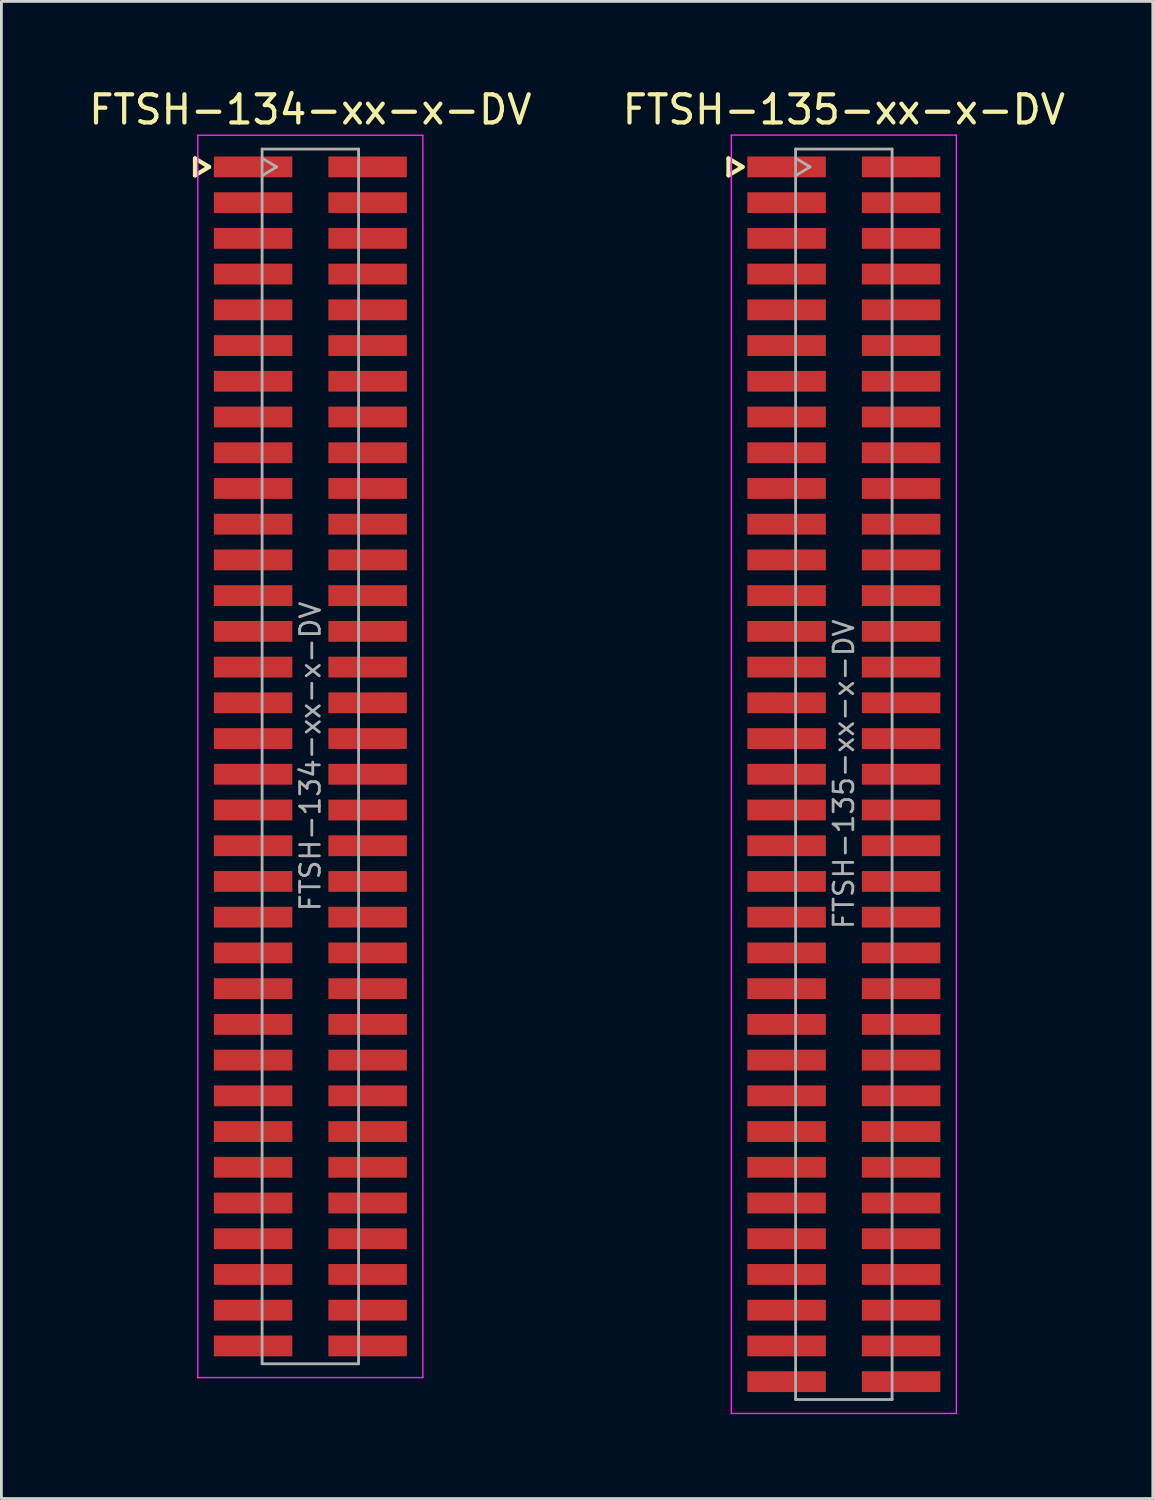
<source format=kicad_pcb>
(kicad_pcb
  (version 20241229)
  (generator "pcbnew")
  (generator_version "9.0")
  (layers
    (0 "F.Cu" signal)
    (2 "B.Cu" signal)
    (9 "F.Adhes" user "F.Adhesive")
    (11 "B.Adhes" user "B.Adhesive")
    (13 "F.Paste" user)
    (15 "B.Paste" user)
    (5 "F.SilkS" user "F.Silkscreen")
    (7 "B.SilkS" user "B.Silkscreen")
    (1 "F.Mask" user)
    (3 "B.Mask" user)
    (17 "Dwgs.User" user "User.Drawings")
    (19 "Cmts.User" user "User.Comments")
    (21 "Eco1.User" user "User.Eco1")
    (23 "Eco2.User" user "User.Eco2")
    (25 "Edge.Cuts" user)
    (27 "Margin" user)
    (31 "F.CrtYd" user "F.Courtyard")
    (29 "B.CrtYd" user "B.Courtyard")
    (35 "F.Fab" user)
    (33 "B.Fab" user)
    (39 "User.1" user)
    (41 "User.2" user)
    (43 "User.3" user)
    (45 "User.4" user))
  (footprint "FTSH-134-xx-x-DV"
    (layer "F.Cu")
    (at 7.982 23.838)
    (property "Reference" "FTSH-134-xx-x-DV" (at 0 -22.99 0) (layer "F.SilkS") (effects (font (size 1 1) (thickness 0.15))))
    (attr smd)
    (fp_line (start -4.1 -21.255) (end -4.1 -20.655) (stroke (width 0.15) (type solid)) (layer "F.SilkS"))
    (fp_line (start -4.1 -20.655) (end -3.6 -20.955) (stroke (width 0.15) (type solid)) (layer "F.SilkS"))
    (fp_line (start -3.6 -20.955) (end -4.1 -21.255) (stroke (width 0.15) (type solid)) (layer "F.SilkS"))
    (fp_line (start -4 -22.08) (end 4 -22.08) (stroke (width 0.05) (type solid)) (layer "F.CrtYd"))
    (fp_line (start -4 22.08) (end -4 -22.08) (stroke (width 0.05) (type solid)) (layer "F.CrtYd"))
    (fp_line (start 4 -22.08) (end 4 22.08) (stroke (width 0.05) (type solid)) (layer "F.CrtYd"))
    (fp_line (start 4 22.08) (end -4 22.08) (stroke (width 0.05) (type solid)) (layer "F.CrtYd"))
    (fp_line (start -1.715 -21.59) (end -1.715 21.59) (stroke (width 0.1) (type solid)) (layer "F.Fab"))
    (fp_line (start -1.715 -21.59) (end 1.715 -21.59) (stroke (width 0.1) (type solid)) (layer "F.Fab"))
    (fp_line (start -1.715 21.59) (end 1.715 21.59) (stroke (width 0.1) (type solid)) (layer "F.Fab"))
    (fp_line (start -1.7 -20.655) (end -1.2 -20.955) (stroke (width 0.1) (type solid)) (layer "F.Fab"))
    (fp_line (start -1.2 -20.955) (end -1.7 -21.255) (stroke (width 0.1) (type solid)) (layer "F.Fab"))
    (fp_line (start 1.715 -21.59) (end 1.715 21.59) (stroke (width 0.1) (type solid)) (layer "F.Fab"))
    (fp_text user "${REFERENCE}" (at 0 0 270) (layer "F.Fab") (effects (font (size 0.7 0.7) (thickness 0.1))))
    (pad "1" smd rect (at -2.035 -20.955) (size 2.79 0.74) (layers "F.Cu" "F.Mask" "F.Paste"))
    (pad "2" smd rect (at 2.035 -20.955) (size 2.79 0.74) (layers "F.Cu" "F.Mask" "F.Paste"))
    (pad "3" smd rect (at -2.035 -19.685) (size 2.79 0.74) (layers "F.Cu" "F.Mask" "F.Paste"))
    (pad "4" smd rect (at 2.035 -19.685) (size 2.79 0.74) (layers "F.Cu" "F.Mask" "F.Paste"))
    (pad "5" smd rect (at -2.035 -18.415) (size 2.79 0.74) (layers "F.Cu" "F.Mask" "F.Paste"))
    (pad "6" smd rect (at 2.035 -18.415) (size 2.79 0.74) (layers "F.Cu" "F.Mask" "F.Paste"))
    (pad "7" smd rect (at -2.035 -17.145) (size 2.79 0.74) (layers "F.Cu" "F.Mask" "F.Paste"))
    (pad "8" smd rect (at 2.035 -17.145) (size 2.79 0.74) (layers "F.Cu" "F.Mask" "F.Paste"))
    (pad "9" smd rect (at -2.035 -15.875) (size 2.79 0.74) (layers "F.Cu" "F.Mask" "F.Paste"))
    (pad "10" smd rect (at 2.035 -15.875) (size 2.79 0.74) (layers "F.Cu" "F.Mask" "F.Paste"))
    (pad "11" smd rect (at -2.035 -14.605) (size 2.79 0.74) (layers "F.Cu" "F.Mask" "F.Paste"))
    (pad "12" smd rect (at 2.035 -14.605) (size 2.79 0.74) (layers "F.Cu" "F.Mask" "F.Paste"))
    (pad "13" smd rect (at -2.035 -13.335) (size 2.79 0.74) (layers "F.Cu" "F.Mask" "F.Paste"))
    (pad "14" smd rect (at 2.035 -13.335) (size 2.79 0.74) (layers "F.Cu" "F.Mask" "F.Paste"))
    (pad "15" smd rect (at -2.035 -12.065) (size 2.79 0.74) (layers "F.Cu" "F.Mask" "F.Paste"))
    (pad "16" smd rect (at 2.035 -12.065) (size 2.79 0.74) (layers "F.Cu" "F.Mask" "F.Paste"))
    (pad "17" smd rect (at -2.035 -10.795) (size 2.79 0.74) (layers "F.Cu" "F.Mask" "F.Paste"))
    (pad "18" smd rect (at 2.035 -10.795) (size 2.79 0.74) (layers "F.Cu" "F.Mask" "F.Paste"))
    (pad "19" smd rect (at -2.035 -9.525) (size 2.79 0.74) (layers "F.Cu" "F.Mask" "F.Paste"))
    (pad "20" smd rect (at 2.035 -9.525) (size 2.79 0.74) (layers "F.Cu" "F.Mask" "F.Paste"))
    (pad "21" smd rect (at -2.035 -8.255) (size 2.79 0.74) (layers "F.Cu" "F.Mask" "F.Paste"))
    (pad "22" smd rect (at 2.035 -8.255) (size 2.79 0.74) (layers "F.Cu" "F.Mask" "F.Paste"))
    (pad "23" smd rect (at -2.035 -6.985) (size 2.79 0.74) (layers "F.Cu" "F.Mask" "F.Paste"))
    (pad "24" smd rect (at 2.035 -6.985) (size 2.79 0.74) (layers "F.Cu" "F.Mask" "F.Paste"))
    (pad "25" smd rect (at -2.035 -5.715) (size 2.79 0.74) (layers "F.Cu" "F.Mask" "F.Paste"))
    (pad "26" smd rect (at 2.035 -5.715) (size 2.79 0.74) (layers "F.Cu" "F.Mask" "F.Paste"))
    (pad "27" smd rect (at -2.035 -4.445) (size 2.79 0.74) (layers "F.Cu" "F.Mask" "F.Paste"))
    (pad "28" smd rect (at 2.035 -4.445) (size 2.79 0.74) (layers "F.Cu" "F.Mask" "F.Paste"))
    (pad "29" smd rect (at -2.035 -3.175) (size 2.79 0.74) (layers "F.Cu" "F.Mask" "F.Paste"))
    (pad "30" smd rect (at 2.035 -3.175) (size 2.79 0.74) (layers "F.Cu" "F.Mask" "F.Paste"))
    (pad "31" smd rect (at -2.035 -1.905) (size 2.79 0.74) (layers "F.Cu" "F.Mask" "F.Paste"))
    (pad "32" smd rect (at 2.035 -1.905) (size 2.79 0.74) (layers "F.Cu" "F.Mask" "F.Paste"))
    (pad "33" smd rect (at -2.035 -0.635) (size 2.79 0.74) (layers "F.Cu" "F.Mask" "F.Paste"))
    (pad "34" smd rect (at 2.035 -0.635) (size 2.79 0.74) (layers "F.Cu" "F.Mask" "F.Paste"))
    (pad "35" smd rect (at -2.035 0.635) (size 2.79 0.74) (layers "F.Cu" "F.Mask" "F.Paste"))
    (pad "36" smd rect (at 2.035 0.635) (size 2.79 0.74) (layers "F.Cu" "F.Mask" "F.Paste"))
    (pad "37" smd rect (at -2.035 1.905) (size 2.79 0.74) (layers "F.Cu" "F.Mask" "F.Paste"))
    (pad "38" smd rect (at 2.035 1.905) (size 2.79 0.74) (layers "F.Cu" "F.Mask" "F.Paste"))
    (pad "39" smd rect (at -2.035 3.175) (size 2.79 0.74) (layers "F.Cu" "F.Mask" "F.Paste"))
    (pad "40" smd rect (at 2.035 3.175) (size 2.79 0.74) (layers "F.Cu" "F.Mask" "F.Paste"))
    (pad "41" smd rect (at -2.035 4.445) (size 2.79 0.74) (layers "F.Cu" "F.Mask" "F.Paste"))
    (pad "42" smd rect (at 2.035 4.445) (size 2.79 0.74) (layers "F.Cu" "F.Mask" "F.Paste"))
    (pad "43" smd rect (at -2.035 5.715) (size 2.79 0.74) (layers "F.Cu" "F.Mask" "F.Paste"))
    (pad "44" smd rect (at 2.035 5.715) (size 2.79 0.74) (layers "F.Cu" "F.Mask" "F.Paste"))
    (pad "45" smd rect (at -2.035 6.985) (size 2.79 0.74) (layers "F.Cu" "F.Mask" "F.Paste"))
    (pad "46" smd rect (at 2.035 6.985) (size 2.79 0.74) (layers "F.Cu" "F.Mask" "F.Paste"))
    (pad "47" smd rect (at -2.035 8.255) (size 2.79 0.74) (layers "F.Cu" "F.Mask" "F.Paste"))
    (pad "48" smd rect (at 2.035 8.255) (size 2.79 0.74) (layers "F.Cu" "F.Mask" "F.Paste"))
    (pad "49" smd rect (at -2.035 9.525) (size 2.79 0.74) (layers "F.Cu" "F.Mask" "F.Paste"))
    (pad "50" smd rect (at 2.035 9.525) (size 2.79 0.74) (layers "F.Cu" "F.Mask" "F.Paste"))
    (pad "51" smd rect (at -2.035 10.795) (size 2.79 0.74) (layers "F.Cu" "F.Mask" "F.Paste"))
    (pad "52" smd rect (at 2.035 10.795) (size 2.79 0.74) (layers "F.Cu" "F.Mask" "F.Paste"))
    (pad "53" smd rect (at -2.035 12.065) (size 2.79 0.74) (layers "F.Cu" "F.Mask" "F.Paste"))
    (pad "54" smd rect (at 2.035 12.065) (size 2.79 0.74) (layers "F.Cu" "F.Mask" "F.Paste"))
    (pad "55" smd rect (at -2.035 13.335) (size 2.79 0.74) (layers "F.Cu" "F.Mask" "F.Paste"))
    (pad "56" smd rect (at 2.035 13.335) (size 2.79 0.74) (layers "F.Cu" "F.Mask" "F.Paste"))
    (pad "57" smd rect (at -2.035 14.605) (size 2.79 0.74) (layers "F.Cu" "F.Mask" "F.Paste"))
    (pad "58" smd rect (at 2.035 14.605) (size 2.79 0.74) (layers "F.Cu" "F.Mask" "F.Paste"))
    (pad "59" smd rect (at -2.035 15.875) (size 2.79 0.74) (layers "F.Cu" "F.Mask" "F.Paste"))
    (pad "60" smd rect (at 2.035 15.875) (size 2.79 0.74) (layers "F.Cu" "F.Mask" "F.Paste"))
    (pad "61" smd rect (at -2.035 17.145) (size 2.79 0.74) (layers "F.Cu" "F.Mask" "F.Paste"))
    (pad "62" smd rect (at 2.035 17.145) (size 2.79 0.74) (layers "F.Cu" "F.Mask" "F.Paste"))
    (pad "63" smd rect (at -2.035 18.415) (size 2.79 0.74) (layers "F.Cu" "F.Mask" "F.Paste"))
    (pad "64" smd rect (at 2.035 18.415) (size 2.79 0.74) (layers "F.Cu" "F.Mask" "F.Paste"))
    (pad "65" smd rect (at -2.035 19.685) (size 2.79 0.74) (layers "F.Cu" "F.Mask" "F.Paste"))
    (pad "66" smd rect (at 2.035 19.685) (size 2.79 0.74) (layers "F.Cu" "F.Mask" "F.Paste"))
    (pad "67" smd rect (at -2.035 20.955) (size 2.79 0.74) (layers "F.Cu" "F.Mask" "F.Paste"))
    (pad "68" smd rect (at 2.035 20.955) (size 2.79 0.74) (layers "F.Cu" "F.Mask" "F.Paste")))
  (footprint "FTSH-135-xx-x-DV"
    (layer "F.Cu")
    (at 26.946 24.473)
    (property "Reference" "FTSH-135-xx-x-DV" (at 0 -23.625 0) (layer "F.SilkS") (effects (font (size 1 1) (thickness 0.15))))
    (attr smd)
    (fp_line (start -4.1 -21.89) (end -4.1 -21.29) (stroke (width 0.15) (type solid)) (layer "F.SilkS"))
    (fp_line (start -4.1 -21.29) (end -3.6 -21.59) (stroke (width 0.15) (type solid)) (layer "F.SilkS"))
    (fp_line (start -3.6 -21.59) (end -4.1 -21.89) (stroke (width 0.15) (type solid)) (layer "F.SilkS"))
    (fp_line (start -4 -22.72) (end 4 -22.72) (stroke (width 0.05) (type solid)) (layer "F.CrtYd"))
    (fp_line (start -4 22.72) (end -4 -22.72) (stroke (width 0.05) (type solid)) (layer "F.CrtYd"))
    (fp_line (start 4 -22.72) (end 4 22.72) (stroke (width 0.05) (type solid)) (layer "F.CrtYd"))
    (fp_line (start 4 22.72) (end -4 22.72) (stroke (width 0.05) (type solid)) (layer "F.CrtYd"))
    (fp_line (start -1.715 -22.225) (end -1.715 22.225) (stroke (width 0.1) (type solid)) (layer "F.Fab"))
    (fp_line (start -1.715 -22.225) (end 1.715 -22.225) (stroke (width 0.1) (type solid)) (layer "F.Fab"))
    (fp_line (start -1.715 22.225) (end 1.715 22.225) (stroke (width 0.1) (type solid)) (layer "F.Fab"))
    (fp_line (start -1.7 -21.29) (end -1.2 -21.59) (stroke (width 0.1) (type solid)) (layer "F.Fab"))
    (fp_line (start -1.2 -21.59) (end -1.7 -21.89) (stroke (width 0.1) (type solid)) (layer "F.Fab"))
    (fp_line (start 1.715 -22.225) (end 1.715 22.225) (stroke (width 0.1) (type solid)) (layer "F.Fab"))
    (fp_text user "${REFERENCE}" (at 0 0 270) (layer "F.Fab") (effects (font (size 0.7 0.7) (thickness 0.1))))
    (pad "1" smd rect (at -2.035 -21.59) (size 2.79 0.74) (layers "F.Cu" "F.Mask" "F.Paste"))
    (pad "2" smd rect (at 2.035 -21.59) (size 2.79 0.74) (layers "F.Cu" "F.Mask" "F.Paste"))
    (pad "3" smd rect (at -2.035 -20.32) (size 2.79 0.74) (layers "F.Cu" "F.Mask" "F.Paste"))
    (pad "4" smd rect (at 2.035 -20.32) (size 2.79 0.74) (layers "F.Cu" "F.Mask" "F.Paste"))
    (pad "5" smd rect (at -2.035 -19.05) (size 2.79 0.74) (layers "F.Cu" "F.Mask" "F.Paste"))
    (pad "6" smd rect (at 2.035 -19.05) (size 2.79 0.74) (layers "F.Cu" "F.Mask" "F.Paste"))
    (pad "7" smd rect (at -2.035 -17.78) (size 2.79 0.74) (layers "F.Cu" "F.Mask" "F.Paste"))
    (pad "8" smd rect (at 2.035 -17.78) (size 2.79 0.74) (layers "F.Cu" "F.Mask" "F.Paste"))
    (pad "9" smd rect (at -2.035 -16.51) (size 2.79 0.74) (layers "F.Cu" "F.Mask" "F.Paste"))
    (pad "10" smd rect (at 2.035 -16.51) (size 2.79 0.74) (layers "F.Cu" "F.Mask" "F.Paste"))
    (pad "11" smd rect (at -2.035 -15.24) (size 2.79 0.74) (layers "F.Cu" "F.Mask" "F.Paste"))
    (pad "12" smd rect (at 2.035 -15.24) (size 2.79 0.74) (layers "F.Cu" "F.Mask" "F.Paste"))
    (pad "13" smd rect (at -2.035 -13.97) (size 2.79 0.74) (layers "F.Cu" "F.Mask" "F.Paste"))
    (pad "14" smd rect (at 2.035 -13.97) (size 2.79 0.74) (layers "F.Cu" "F.Mask" "F.Paste"))
    (pad "15" smd rect (at -2.035 -12.7) (size 2.79 0.74) (layers "F.Cu" "F.Mask" "F.Paste"))
    (pad "16" smd rect (at 2.035 -12.7) (size 2.79 0.74) (layers "F.Cu" "F.Mask" "F.Paste"))
    (pad "17" smd rect (at -2.035 -11.43) (size 2.79 0.74) (layers "F.Cu" "F.Mask" "F.Paste"))
    (pad "18" smd rect (at 2.035 -11.43) (size 2.79 0.74) (layers "F.Cu" "F.Mask" "F.Paste"))
    (pad "19" smd rect (at -2.035 -10.16) (size 2.79 0.74) (layers "F.Cu" "F.Mask" "F.Paste"))
    (pad "20" smd rect (at 2.035 -10.16) (size 2.79 0.74) (layers "F.Cu" "F.Mask" "F.Paste"))
    (pad "21" smd rect (at -2.035 -8.89) (size 2.79 0.74) (layers "F.Cu" "F.Mask" "F.Paste"))
    (pad "22" smd rect (at 2.035 -8.89) (size 2.79 0.74) (layers "F.Cu" "F.Mask" "F.Paste"))
    (pad "23" smd rect (at -2.035 -7.62) (size 2.79 0.74) (layers "F.Cu" "F.Mask" "F.Paste"))
    (pad "24" smd rect (at 2.035 -7.62) (size 2.79 0.74) (layers "F.Cu" "F.Mask" "F.Paste"))
    (pad "25" smd rect (at -2.035 -6.35) (size 2.79 0.74) (layers "F.Cu" "F.Mask" "F.Paste"))
    (pad "26" smd rect (at 2.035 -6.35) (size 2.79 0.74) (layers "F.Cu" "F.Mask" "F.Paste"))
    (pad "27" smd rect (at -2.035 -5.08) (size 2.79 0.74) (layers "F.Cu" "F.Mask" "F.Paste"))
    (pad "28" smd rect (at 2.035 -5.08) (size 2.79 0.74) (layers "F.Cu" "F.Mask" "F.Paste"))
    (pad "29" smd rect (at -2.035 -3.81) (size 2.79 0.74) (layers "F.Cu" "F.Mask" "F.Paste"))
    (pad "30" smd rect (at 2.035 -3.81) (size 2.79 0.74) (layers "F.Cu" "F.Mask" "F.Paste"))
    (pad "31" smd rect (at -2.035 -2.54) (size 2.79 0.74) (layers "F.Cu" "F.Mask" "F.Paste"))
    (pad "32" smd rect (at 2.035 -2.54) (size 2.79 0.74) (layers "F.Cu" "F.Mask" "F.Paste"))
    (pad "33" smd rect (at -2.035 -1.27) (size 2.79 0.74) (layers "F.Cu" "F.Mask" "F.Paste"))
    (pad "34" smd rect (at 2.035 -1.27) (size 2.79 0.74) (layers "F.Cu" "F.Mask" "F.Paste"))
    (pad "35" smd rect (at -2.035 0) (size 2.79 0.74) (layers "F.Cu" "F.Mask" "F.Paste"))
    (pad "36" smd rect (at 2.035 0) (size 2.79 0.74) (layers "F.Cu" "F.Mask" "F.Paste"))
    (pad "37" smd rect (at -2.035 1.27) (size 2.79 0.74) (layers "F.Cu" "F.Mask" "F.Paste"))
    (pad "38" smd rect (at 2.035 1.27) (size 2.79 0.74) (layers "F.Cu" "F.Mask" "F.Paste"))
    (pad "39" smd rect (at -2.035 2.54) (size 2.79 0.74) (layers "F.Cu" "F.Mask" "F.Paste"))
    (pad "40" smd rect (at 2.035 2.54) (size 2.79 0.74) (layers "F.Cu" "F.Mask" "F.Paste"))
    (pad "41" smd rect (at -2.035 3.81) (size 2.79 0.74) (layers "F.Cu" "F.Mask" "F.Paste"))
    (pad "42" smd rect (at 2.035 3.81) (size 2.79 0.74) (layers "F.Cu" "F.Mask" "F.Paste"))
    (pad "43" smd rect (at -2.035 5.08) (size 2.79 0.74) (layers "F.Cu" "F.Mask" "F.Paste"))
    (pad "44" smd rect (at 2.035 5.08) (size 2.79 0.74) (layers "F.Cu" "F.Mask" "F.Paste"))
    (pad "45" smd rect (at -2.035 6.35) (size 2.79 0.74) (layers "F.Cu" "F.Mask" "F.Paste"))
    (pad "46" smd rect (at 2.035 6.35) (size 2.79 0.74) (layers "F.Cu" "F.Mask" "F.Paste"))
    (pad "47" smd rect (at -2.035 7.62) (size 2.79 0.74) (layers "F.Cu" "F.Mask" "F.Paste"))
    (pad "48" smd rect (at 2.035 7.62) (size 2.79 0.74) (layers "F.Cu" "F.Mask" "F.Paste"))
    (pad "49" smd rect (at -2.035 8.89) (size 2.79 0.74) (layers "F.Cu" "F.Mask" "F.Paste"))
    (pad "50" smd rect (at 2.035 8.89) (size 2.79 0.74) (layers "F.Cu" "F.Mask" "F.Paste"))
    (pad "51" smd rect (at -2.035 10.16) (size 2.79 0.74) (layers "F.Cu" "F.Mask" "F.Paste"))
    (pad "52" smd rect (at 2.035 10.16) (size 2.79 0.74) (layers "F.Cu" "F.Mask" "F.Paste"))
    (pad "53" smd rect (at -2.035 11.43) (size 2.79 0.74) (layers "F.Cu" "F.Mask" "F.Paste"))
    (pad "54" smd rect (at 2.035 11.43) (size 2.79 0.74) (layers "F.Cu" "F.Mask" "F.Paste"))
    (pad "55" smd rect (at -2.035 12.7) (size 2.79 0.74) (layers "F.Cu" "F.Mask" "F.Paste"))
    (pad "56" smd rect (at 2.035 12.7) (size 2.79 0.74) (layers "F.Cu" "F.Mask" "F.Paste"))
    (pad "57" smd rect (at -2.035 13.97) (size 2.79 0.74) (layers "F.Cu" "F.Mask" "F.Paste"))
    (pad "58" smd rect (at 2.035 13.97) (size 2.79 0.74) (layers "F.Cu" "F.Mask" "F.Paste"))
    (pad "59" smd rect (at -2.035 15.24) (size 2.79 0.74) (layers "F.Cu" "F.Mask" "F.Paste"))
    (pad "60" smd rect (at 2.035 15.24) (size 2.79 0.74) (layers "F.Cu" "F.Mask" "F.Paste"))
    (pad "61" smd rect (at -2.035 16.51) (size 2.79 0.74) (layers "F.Cu" "F.Mask" "F.Paste"))
    (pad "62" smd rect (at 2.035 16.51) (size 2.79 0.74) (layers "F.Cu" "F.Mask" "F.Paste"))
    (pad "63" smd rect (at -2.035 17.78) (size 2.79 0.74) (layers "F.Cu" "F.Mask" "F.Paste"))
    (pad "64" smd rect (at 2.035 17.78) (size 2.79 0.74) (layers "F.Cu" "F.Mask" "F.Paste"))
    (pad "65" smd rect (at -2.035 19.05) (size 2.79 0.74) (layers "F.Cu" "F.Mask" "F.Paste"))
    (pad "66" smd rect (at 2.035 19.05) (size 2.79 0.74) (layers "F.Cu" "F.Mask" "F.Paste"))
    (pad "67" smd rect (at -2.035 20.32) (size 2.79 0.74) (layers "F.Cu" "F.Mask" "F.Paste"))
    (pad "68" smd rect (at 2.035 20.32) (size 2.79 0.74) (layers "F.Cu" "F.Mask" "F.Paste"))
    (pad "69" smd rect (at -2.035 21.59) (size 2.79 0.74) (layers "F.Cu" "F.Mask" "F.Paste"))
    (pad "70" smd rect (at 2.035 21.59) (size 2.79 0.74) (layers "F.Cu" "F.Mask" "F.Paste")))
  (gr_rect
    (start -3 -3)
    (end 37.929 50.218)
    (stroke (width 0.1) (type default))
    (fill no)
    (layer "Edge.Cuts")))
</source>
